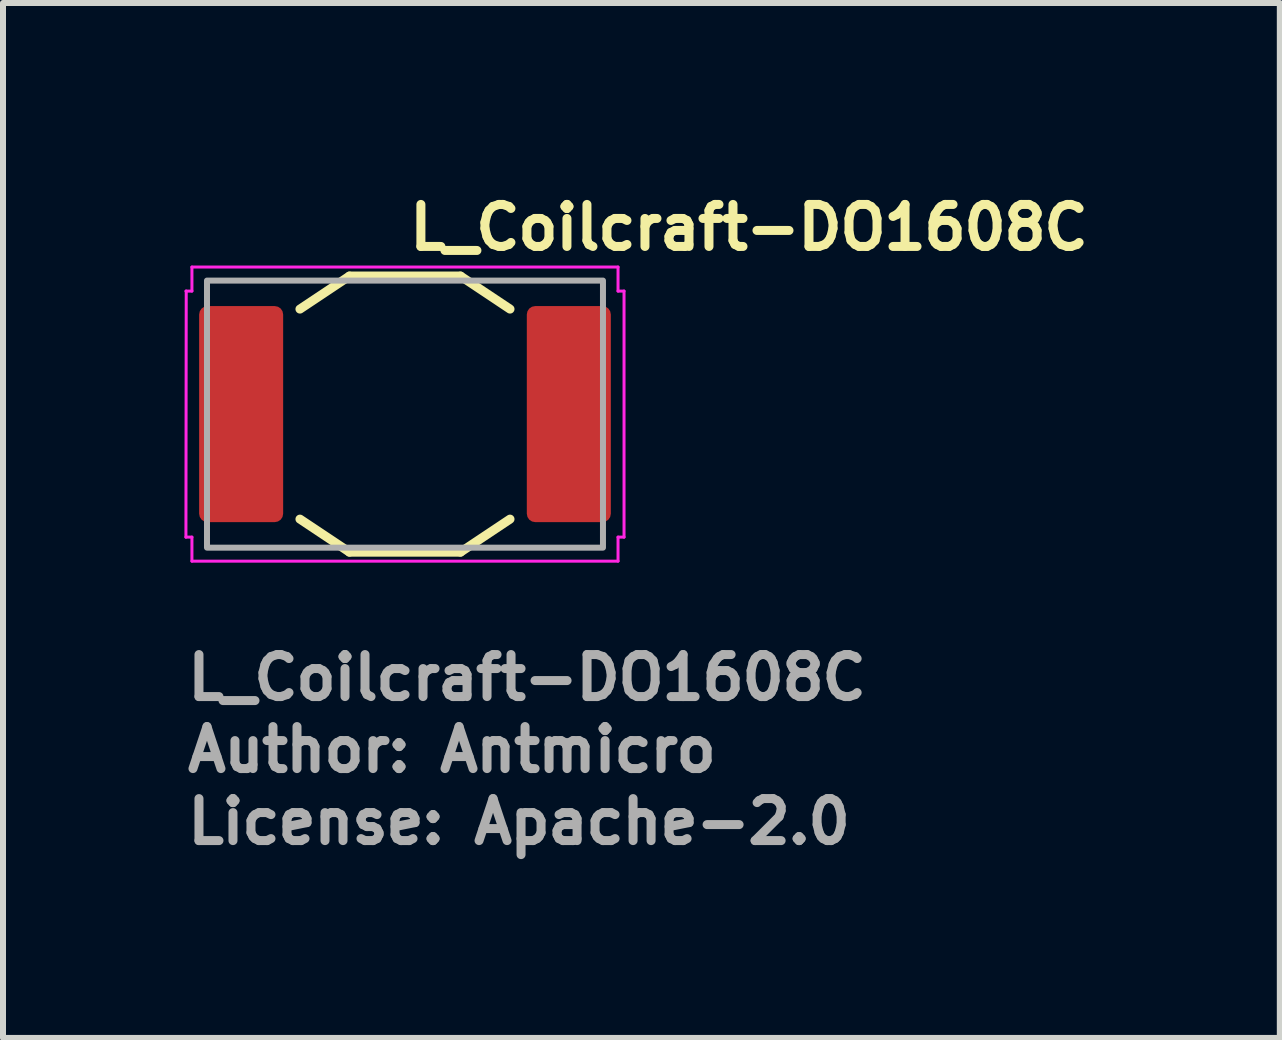
<source format=kicad_pcb>
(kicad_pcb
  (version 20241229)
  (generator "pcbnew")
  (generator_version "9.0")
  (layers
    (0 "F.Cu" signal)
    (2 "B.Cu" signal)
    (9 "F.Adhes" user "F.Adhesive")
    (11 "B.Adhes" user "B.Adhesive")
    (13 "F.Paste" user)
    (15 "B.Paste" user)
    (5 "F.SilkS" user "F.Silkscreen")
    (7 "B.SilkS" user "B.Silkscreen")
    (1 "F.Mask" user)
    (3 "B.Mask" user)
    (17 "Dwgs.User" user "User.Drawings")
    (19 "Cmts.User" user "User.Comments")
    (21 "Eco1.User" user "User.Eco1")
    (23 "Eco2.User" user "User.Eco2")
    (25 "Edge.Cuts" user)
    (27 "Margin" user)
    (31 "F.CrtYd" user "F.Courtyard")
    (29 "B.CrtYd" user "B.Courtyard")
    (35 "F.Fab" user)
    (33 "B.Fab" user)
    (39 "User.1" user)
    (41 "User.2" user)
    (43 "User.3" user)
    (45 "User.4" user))
  (footprint "L_Coilcraft-DO1608C"
    (layer "F.Cu")
    (at 3.698 3.85)
    (property "Reference" "L_Coilcraft-DO1608C" (at 0 -2.7 0) (layer "F.SilkS") (effects (font (size 0.7 0.7) (thickness 0.15)) (justify left bottom)))
    (attr smd)
    (fp_line (start -1.75 -1.75) (end -0.925 -2.3) (stroke (width 0.15) (type solid)) (layer "F.SilkS"))
    (fp_line (start -1.75 1.75) (end -0.925 2.3) (stroke (width 0.15) (type solid)) (layer "F.SilkS"))
    (fp_line (start -0.925 -2.3) (end 0.925 -2.3) (stroke (width 0.15) (type solid)) (layer "F.SilkS"))
    (fp_line (start 0.925 2.3) (end -0.925 2.3) (stroke (width 0.15) (type solid)) (layer "F.SilkS"))
    (fp_line (start 1.75 -1.75) (end 0.925 -2.3) (stroke (width 0.15) (type solid)) (layer "F.SilkS"))
    (fp_line (start 1.75 1.75) (end 0.925 2.3) (stroke (width 0.15) (type solid)) (layer "F.SilkS"))
    (fp_line (start -3.65 2.05) (end -3.55 2.05) (stroke (width 0.05) (type solid)) (layer "F.CrtYd"))
    (fp_line (start -3.645 -2.05) (end -3.65 2.05) (stroke (width 0.05) (type solid)) (layer "F.CrtYd"))
    (fp_line (start -3.55 -2.45) (end -3.55 -2.05) (stroke (width 0.05) (type solid)) (layer "F.CrtYd"))
    (fp_line (start -3.55 -2.45) (end 3.55 -2.45) (stroke (width 0.05) (type solid)) (layer "F.CrtYd"))
    (fp_line (start -3.55 -2.05) (end -3.65 -2.05) (stroke (width 0.05) (type solid)) (layer "F.CrtYd"))
    (fp_line (start -3.55 2.45) (end -3.55 2.05) (stroke (width 0.05) (type solid)) (layer "F.CrtYd"))
    (fp_line (start 3.55 -2.45) (end 3.55 -2.05) (stroke (width 0.05) (type solid)) (layer "F.CrtYd"))
    (fp_line (start 3.55 2.05) (end 3.65 2.05) (stroke (width 0.05) (type solid)) (layer "F.CrtYd"))
    (fp_line (start 3.55 2.45) (end -3.55 2.45) (stroke (width 0.05) (type solid)) (layer "F.CrtYd"))
    (fp_line (start 3.55 2.45) (end 3.55 2.05) (stroke (width 0.05) (type solid)) (layer "F.CrtYd"))
    (fp_line (start 3.65 -2.05) (end 3.55 -2.05) (stroke (width 0.05) (type solid)) (layer "F.CrtYd"))
    (fp_line (start 3.65 2.05) (end 3.65 -2.05) (stroke (width 0.05) (type solid)) (layer "F.CrtYd"))
    (fp_rect (start -3.299 -2.225) (end 3.299 2.225) (stroke (width 0.1) (type solid)) (fill no) (layer "F.Fab"))
    (fp_rect (start -3.299 -2.225) (end 3.299 2.225) (stroke (width 0.1) (type solid)) (fill no) (layer "User.5"))
    (fp_line (start -3.299 -0.64) (end -2.279 -1.312) (stroke (width 0.02) (type solid)) (layer "User.9"))
    (fp_line (start -3.299 0.64) (end -3.299 -0.64) (stroke (width 0.02) (type solid)) (layer "User.9"))
    (fp_line (start -2.279 -1.307) (end -0.89 -2.225) (stroke (width 0.02) (type solid)) (layer "User.9"))
    (fp_line (start -2.279 1.312) (end -3.299 0.64) (stroke (width 0.02) (type solid)) (layer "User.9"))
    (fp_line (start -2.279 1.312) (end -2.279 -1.312) (stroke (width 0.02) (type solid)) (layer "User.9"))
    (fp_line (start -1.97 0) (end -1.965 0.131) (stroke (width 0.02) (type solid)) (layer "User.9"))
    (fp_line (start -1.969 -0.061) (end -1.97 0) (stroke (width 0.02) (type solid)) (layer "User.9"))
    (fp_line (start -1.966 -0.123) (end -1.969 -0.061) (stroke (width 0.02) (type solid)) (layer "User.9"))
    (fp_line (start -1.965 -0.131) (end -1.968 -0.065) (stroke (width 0.02) (type solid)) (layer "User.9"))
    (fp_line (start -1.965 0.131) (end -1.952 0.26) (stroke (width 0.02) (type solid)) (layer "User.9"))
    (fp_line (start -1.961 -0.184) (end -1.966 -0.123) (stroke (width 0.02) (type solid)) (layer "User.9"))
    (fp_line (start -1.96 -0.196) (end -1.965 -0.131) (stroke (width 0.02) (type solid)) (layer "User.9"))
    (fp_line (start -1.954 -0.246) (end -1.961 -0.184) (stroke (width 0.02) (type solid)) (layer "User.9"))
    (fp_line (start -1.952 -0.26) (end -1.96 -0.196) (stroke (width 0.02) (type solid)) (layer "User.9"))
    (fp_line (start -1.952 0.26) (end -1.931 0.388) (stroke (width 0.02) (type solid)) (layer "User.9"))
    (fp_line (start -1.945 -0.306) (end -1.954 -0.246) (stroke (width 0.02) (type solid)) (layer "User.9"))
    (fp_line (start -1.943 -0.325) (end -1.952 -0.26) (stroke (width 0.02) (type solid)) (layer "User.9"))
    (fp_line (start -1.935 -0.367) (end -1.945 -0.306) (stroke (width 0.02) (type solid)) (layer "User.9"))
    (fp_line (start -1.931 -0.388) (end -1.943 -0.325) (stroke (width 0.02) (type solid)) (layer "User.9"))
    (fp_line (start -1.931 0.388) (end -1.901 0.514) (stroke (width 0.02) (type solid)) (layer "User.9"))
    (fp_line (start -1.923 -0.427) (end -1.935 -0.367) (stroke (width 0.02) (type solid)) (layer "User.9"))
    (fp_line (start -1.917 -0.451) (end -1.931 -0.388) (stroke (width 0.02) (type solid)) (layer "User.9"))
    (fp_line (start -1.908 -0.487) (end -1.923 -0.427) (stroke (width 0.02) (type solid)) (layer "User.9"))
    (fp_line (start -1.901 -0.514) (end -1.917 -0.451) (stroke (width 0.02) (type solid)) (layer "User.9"))
    (fp_line (start -1.901 0.514) (end -1.864 0.636) (stroke (width 0.02) (type solid)) (layer "User.9"))
    (fp_line (start -1.892 -0.546) (end -1.908 -0.487) (stroke (width 0.02) (type solid)) (layer "User.9"))
    (fp_line (start -1.884 -0.575) (end -1.901 -0.514) (stroke (width 0.02) (type solid)) (layer "User.9"))
    (fp_line (start -1.874 -0.605) (end -1.892 -0.546) (stroke (width 0.02) (type solid)) (layer "User.9"))
    (fp_line (start -1.864 -0.636) (end -1.884 -0.575) (stroke (width 0.02) (type solid)) (layer "User.9"))
    (fp_line (start -1.864 0.636) (end -1.819 0.756) (stroke (width 0.02) (type solid)) (layer "User.9"))
    (fp_line (start -1.854 -0.663) (end -1.874 -0.605) (stroke (width 0.02) (type solid)) (layer "User.9"))
    (fp_line (start -1.842 -0.696) (end -1.864 -0.636) (stroke (width 0.02) (type solid)) (layer "User.9"))
    (fp_line (start -1.833 -0.721) (end -1.854 -0.663) (stroke (width 0.02) (type solid)) (layer "User.9"))
    (fp_line (start -1.819 -0.756) (end -1.842 -0.696) (stroke (width 0.02) (type solid)) (layer "User.9"))
    (fp_line (start -1.819 0.756) (end -1.766 0.872) (stroke (width 0.02) (type solid)) (layer "User.9"))
    (fp_line (start -1.809 -0.778) (end -1.833 -0.721) (stroke (width 0.02) (type solid)) (layer "User.9"))
    (fp_line (start -1.793 -0.814) (end -1.819 -0.756) (stroke (width 0.02) (type solid)) (layer "User.9"))
    (fp_line (start -1.784 -0.834) (end -1.809 -0.778) (stroke (width 0.02) (type solid)) (layer "User.9"))
    (fp_line (start -1.766 -0.872) (end -1.793 -0.814) (stroke (width 0.02) (type solid)) (layer "User.9"))
    (fp_line (start -1.766 0.872) (end -1.706 0.985) (stroke (width 0.02) (type solid)) (layer "User.9"))
    (fp_line (start -1.757 -0.889) (end -1.784 -0.834) (stroke (width 0.02) (type solid)) (layer "User.9"))
    (fp_line (start -1.737 -0.929) (end -1.766 -0.872) (stroke (width 0.02) (type solid)) (layer "User.9"))
    (fp_line (start -1.728 -0.944) (end -1.757 -0.889) (stroke (width 0.02) (type solid)) (layer "User.9"))
    (fp_line (start -1.706 -0.985) (end -1.737 -0.929) (stroke (width 0.02) (type solid)) (layer "User.9"))
    (fp_line (start -1.706 0.985) (end -1.638 1.093) (stroke (width 0.02) (type solid)) (layer "User.9"))
    (fp_line (start -1.679 -1.029) (end -1.728 -0.944) (stroke (width 0.02) (type solid)) (layer "User.9"))
    (fp_line (start -1.673 -1.039) (end -1.706 -0.985) (stroke (width 0.02) (type solid)) (layer "User.9"))
    (fp_line (start -1.638 -1.093) (end -1.673 -1.039) (stroke (width 0.02) (type solid)) (layer "User.9"))
    (fp_line (start -1.638 1.093) (end -1.564 1.197) (stroke (width 0.02) (type solid)) (layer "User.9"))
    (fp_line (start -1.627 -1.11) (end -1.679 -1.029) (stroke (width 0.02) (type solid)) (layer "User.9"))
    (fp_line (start -1.602 -1.145) (end -1.638 -1.093) (stroke (width 0.02) (type solid)) (layer "User.9"))
    (fp_line (start -1.57 -1.189) (end -1.627 -1.11) (stroke (width 0.02) (type solid)) (layer "User.9"))
    (fp_line (start -1.564 -1.197) (end -1.602 -1.145) (stroke (width 0.02) (type solid)) (layer "User.9"))
    (fp_line (start -1.564 1.197) (end -1.483 1.296) (stroke (width 0.02) (type solid)) (layer "User.9"))
    (fp_line (start -1.524 -1.247) (end -1.564 -1.197) (stroke (width 0.02) (type solid)) (layer "User.9"))
    (fp_line (start -1.51 -1.265) (end -1.57 -1.189) (stroke (width 0.02) (type solid)) (layer "User.9"))
    (fp_line (start -1.483 -1.296) (end -1.524 -1.247) (stroke (width 0.02) (type solid)) (layer "User.9"))
    (fp_line (start -1.483 1.296) (end -1.396 1.39) (stroke (width 0.02) (type solid)) (layer "User.9"))
    (fp_line (start -1.446 -1.337) (end -1.51 -1.265) (stroke (width 0.02) (type solid)) (layer "User.9"))
    (fp_line (start -1.44 -1.343) (end -1.483 -1.296) (stroke (width 0.02) (type solid)) (layer "User.9"))
    (fp_line (start -1.396 -1.39) (end -1.44 -1.343) (stroke (width 0.02) (type solid)) (layer "User.9"))
    (fp_line (start -1.396 1.39) (end -1.302 1.478) (stroke (width 0.02) (type solid)) (layer "User.9"))
    (fp_line (start -1.379 -1.406) (end -1.446 -1.337) (stroke (width 0.02) (type solid)) (layer "User.9"))
    (fp_line (start -1.349 -1.434) (end -1.396 -1.39) (stroke (width 0.02) (type solid)) (layer "User.9"))
    (fp_line (start -1.309 -1.472) (end -1.379 -1.406) (stroke (width 0.02) (type solid)) (layer "User.9"))
    (fp_line (start -1.302 -1.478) (end -1.349 -1.434) (stroke (width 0.02) (type solid)) (layer "User.9"))
    (fp_line (start -1.302 1.478) (end -1.202 1.56) (stroke (width 0.02) (type solid)) (layer "User.9"))
    (fp_line (start -1.253 -1.52) (end -1.302 -1.478) (stroke (width 0.02) (type solid)) (layer "User.9"))
    (fp_line (start -1.235 -1.534) (end -1.309 -1.472) (stroke (width 0.02) (type solid)) (layer "User.9"))
    (fp_line (start -1.202 -1.56) (end -1.253 -1.52) (stroke (width 0.02) (type solid)) (layer "User.9"))
    (fp_line (start -1.202 1.56) (end -1.096 1.636) (stroke (width 0.02) (type solid)) (layer "User.9"))
    (fp_line (start -1.159 -1.592) (end -1.235 -1.534) (stroke (width 0.02) (type solid)) (layer "User.9"))
    (fp_line (start -1.15 -1.599) (end -1.202 -1.56) (stroke (width 0.02) (type solid)) (layer "User.9"))
    (fp_line (start -1.096 -1.636) (end -1.15 -1.599) (stroke (width 0.02) (type solid)) (layer "User.9"))
    (fp_line (start -1.096 1.636) (end -0.985 1.706) (stroke (width 0.02) (type solid)) (layer "User.9"))
    (fp_line (start -1.08 -1.647) (end -1.159 -1.592) (stroke (width 0.02) (type solid)) (layer "User.9"))
    (fp_line (start -1.041 -1.672) (end -1.096 -1.636) (stroke (width 0.02) (type solid)) (layer "User.9"))
    (fp_line (start -0.998 -1.698) (end -1.08 -1.647) (stroke (width 0.02) (type solid)) (layer "User.9"))
    (fp_line (start -0.985 -1.706) (end -1.041 -1.672) (stroke (width 0.02) (type solid)) (layer "User.9"))
    (fp_line (start -0.985 1.706) (end -0.869 1.767) (stroke (width 0.02) (type solid)) (layer "User.9"))
    (fp_line (start -0.944 1.728) (end -0.857 1.773) (stroke (width 0.02) (type solid)) (layer "User.9"))
    (fp_line (start -0.914 -1.744) (end -0.998 -1.698) (stroke (width 0.02) (type solid)) (layer "User.9"))
    (fp_line (start -0.89 -2.225) (end 0.89 -2.225) (stroke (width 0.02) (type solid)) (layer "User.9"))
    (fp_line (start -0.89 2.225) (end -2.279 1.307) (stroke (width 0.02) (type solid)) (layer "User.9"))
    (fp_line (start -0.869 -1.767) (end -0.985 -1.706) (stroke (width 0.02) (type solid)) (layer "User.9"))
    (fp_line (start -0.869 1.767) (end -0.75 1.821) (stroke (width 0.02) (type solid)) (layer "User.9"))
    (fp_line (start -0.857 1.773) (end -0.768 1.813) (stroke (width 0.02) (type solid)) (layer "User.9"))
    (fp_line (start -0.827 -1.787) (end -0.914 -1.744) (stroke (width 0.02) (type solid)) (layer "User.9"))
    (fp_line (start -0.768 1.813) (end -0.678 1.849) (stroke (width 0.02) (type solid)) (layer "User.9"))
    (fp_line (start -0.75 -1.821) (end -0.869 -1.767) (stroke (width 0.02) (type solid)) (layer "User.9"))
    (fp_line (start -0.75 1.821) (end -0.629 1.866) (stroke (width 0.02) (type solid)) (layer "User.9"))
    (fp_line (start -0.738 -1.826) (end -0.827 -1.787) (stroke (width 0.02) (type solid)) (layer "User.9"))
    (fp_line (start -0.678 1.849) (end -0.587 1.88) (stroke (width 0.02) (type solid)) (layer "User.9"))
    (fp_line (start -0.647 -1.86) (end -0.738 -1.826) (stroke (width 0.02) (type solid)) (layer "User.9"))
    (fp_line (start -0.629 -1.866) (end -0.75 -1.821) (stroke (width 0.02) (type solid)) (layer "User.9"))
    (fp_line (start -0.629 1.866) (end -0.505 1.904) (stroke (width 0.02) (type solid)) (layer "User.9"))
    (fp_line (start -0.587 1.88) (end -0.494 1.906) (stroke (width 0.02) (type solid)) (layer "User.9"))
    (fp_line (start -0.554 -1.89) (end -0.647 -1.86) (stroke (width 0.02) (type solid)) (layer "User.9"))
    (fp_line (start -0.505 -1.904) (end -0.629 -1.866) (stroke (width 0.02) (type solid)) (layer "User.9"))
    (fp_line (start -0.505 1.904) (end -0.38 1.932) (stroke (width 0.02) (type solid)) (layer "User.9"))
    (fp_line (start -0.494 1.906) (end -0.4 1.928) (stroke (width 0.02) (type solid)) (layer "User.9"))
    (fp_line (start -0.46 -1.915) (end -0.554 -1.89) (stroke (width 0.02) (type solid)) (layer "User.9"))
    (fp_line (start -0.4 1.928) (end -0.306 1.946) (stroke (width 0.02) (type solid)) (layer "User.9"))
    (fp_line (start -0.38 -1.932) (end -0.505 -1.904) (stroke (width 0.02) (type solid)) (layer "User.9"))
    (fp_line (start -0.38 1.932) (end -0.254 1.953) (stroke (width 0.02) (type solid)) (layer "User.9"))
    (fp_line (start -0.365 -1.935) (end -0.46 -1.915) (stroke (width 0.02) (type solid)) (layer "User.9"))
    (fp_line (start -0.306 1.946) (end -0.21 1.958) (stroke (width 0.02) (type solid)) (layer "User.9"))
    (fp_line (start -0.269 -1.951) (end -0.365 -1.935) (stroke (width 0.02) (type solid)) (layer "User.9"))
    (fp_line (start -0.254 -1.953) (end -0.38 -1.932) (stroke (width 0.02) (type solid)) (layer "User.9"))
    (fp_line (start -0.254 1.953) (end -0.127 1.965) (stroke (width 0.02) (type solid)) (layer "User.9"))
    (fp_line (start -0.21 1.958) (end -0.115 1.966) (stroke (width 0.02) (type solid)) (layer "User.9"))
    (fp_line (start -0.173 -1.962) (end -0.269 -1.951) (stroke (width 0.02) (type solid)) (layer "User.9"))
    (fp_line (start -0.127 -1.965) (end -0.254 -1.953) (stroke (width 0.02) (type solid)) (layer "User.9"))
    (fp_line (start -0.127 1.965) (end 0 1.97) (stroke (width 0.02) (type solid)) (layer "User.9"))
    (fp_line (start -0.115 1.966) (end -0.019 1.969) (stroke (width 0.02) (type solid)) (layer "User.9"))
    (fp_line (start -0.077 -1.968) (end -0.173 -1.962) (stroke (width 0.02) (type solid)) (layer "User.9"))
    (fp_line (start -0.019 1.969) (end 0.077 1.968) (stroke (width 0.02) (type solid)) (layer "User.9"))
    (fp_line (start 0 -1.97) (end -0.127 -1.965) (stroke (width 0.02) (type solid)) (layer "User.9"))
    (fp_line (start 0 1.97) (end 0.127 1.965) (stroke (width 0.02) (type solid)) (layer "User.9"))
    (fp_line (start 0.019 -1.969) (end -0.077 -1.968) (stroke (width 0.02) (type solid)) (layer "User.9"))
    (fp_line (start 0.077 1.968) (end 0.173 1.962) (stroke (width 0.02) (type solid)) (layer "User.9"))
    (fp_line (start 0.115 -1.966) (end 0.019 -1.969) (stroke (width 0.02) (type solid)) (layer "User.9"))
    (fp_line (start 0.127 -1.965) (end 0 -1.97) (stroke (width 0.02) (type solid)) (layer "User.9"))
    (fp_line (start 0.127 1.965) (end 0.254 1.953) (stroke (width 0.02) (type solid)) (layer "User.9"))
    (fp_line (start 0.173 1.962) (end 0.269 1.951) (stroke (width 0.02) (type solid)) (layer "User.9"))
    (fp_line (start 0.21 -1.958) (end 0.115 -1.966) (stroke (width 0.02) (type solid)) (layer "User.9"))
    (fp_line (start 0.254 -1.953) (end 0.127 -1.965) (stroke (width 0.02) (type solid)) (layer "User.9"))
    (fp_line (start 0.254 1.953) (end 0.38 1.932) (stroke (width 0.02) (type solid)) (layer "User.9"))
    (fp_line (start 0.269 1.951) (end 0.365 1.935) (stroke (width 0.02) (type solid)) (layer "User.9"))
    (fp_line (start 0.306 -1.946) (end 0.21 -1.958) (stroke (width 0.02) (type solid)) (layer "User.9"))
    (fp_line (start 0.365 1.935) (end 0.46 1.915) (stroke (width 0.02) (type solid)) (layer "User.9"))
    (fp_line (start 0.38 -1.932) (end 0.254 -1.953) (stroke (width 0.02) (type solid)) (layer "User.9"))
    (fp_line (start 0.38 1.932) (end 0.505 1.904) (stroke (width 0.02) (type solid)) (layer "User.9"))
    (fp_line (start 0.4 -1.928) (end 0.306 -1.946) (stroke (width 0.02) (type solid)) (layer "User.9"))
    (fp_line (start 0.46 1.915) (end 0.554 1.89) (stroke (width 0.02) (type solid)) (layer "User.9"))
    (fp_line (start 0.494 -1.906) (end 0.4 -1.928) (stroke (width 0.02) (type solid)) (layer "User.9"))
    (fp_line (start 0.505 -1.904) (end 0.38 -1.932) (stroke (width 0.02) (type solid)) (layer "User.9"))
    (fp_line (start 0.505 1.904) (end 0.629 1.866) (stroke (width 0.02) (type solid)) (layer "User.9"))
    (fp_line (start 0.554 1.89) (end 0.647 1.86) (stroke (width 0.02) (type solid)) (layer "User.9"))
    (fp_line (start 0.587 -1.88) (end 0.494 -1.906) (stroke (width 0.02) (type solid)) (layer "User.9"))
    (fp_line (start 0.629 -1.866) (end 0.505 -1.904) (stroke (width 0.02) (type solid)) (layer "User.9"))
    (fp_line (start 0.629 1.866) (end 0.75 1.821) (stroke (width 0.02) (type solid)) (layer "User.9"))
    (fp_line (start 0.647 1.86) (end 0.738 1.826) (stroke (width 0.02) (type solid)) (layer "User.9"))
    (fp_line (start 0.678 -1.849) (end 0.587 -1.88) (stroke (width 0.02) (type solid)) (layer "User.9"))
    (fp_line (start 0.738 1.826) (end 0.827 1.787) (stroke (width 0.02) (type solid)) (layer "User.9"))
    (fp_line (start 0.75 -1.821) (end 0.629 -1.866) (stroke (width 0.02) (type solid)) (layer "User.9"))
    (fp_line (start 0.75 1.821) (end 0.869 1.767) (stroke (width 0.02) (type solid)) (layer "User.9"))
    (fp_line (start 0.768 -1.813) (end 0.678 -1.849) (stroke (width 0.02) (type solid)) (layer "User.9"))
    (fp_line (start 0.827 1.787) (end 0.914 1.744) (stroke (width 0.02) (type solid)) (layer "User.9"))
    (fp_line (start 0.857 -1.773) (end 0.768 -1.813) (stroke (width 0.02) (type solid)) (layer "User.9"))
    (fp_line (start 0.869 -1.767) (end 0.75 -1.821) (stroke (width 0.02) (type solid)) (layer "User.9"))
    (fp_line (start 0.869 1.767) (end 0.985 1.706) (stroke (width 0.02) (type solid)) (layer "User.9"))
    (fp_line (start 0.89 -2.225) (end 2.279 -1.307) (stroke (width 0.02) (type solid)) (layer "User.9"))
    (fp_line (start 0.89 2.225) (end -0.89 2.225) (stroke (width 0.02) (type solid)) (layer "User.9"))
    (fp_line (start 0.914 1.744) (end 0.998 1.698) (stroke (width 0.02) (type solid)) (layer "User.9"))
    (fp_line (start 0.944 -1.728) (end 0.857 -1.773) (stroke (width 0.02) (type solid)) (layer "User.9"))
    (fp_line (start 0.985 -1.706) (end 0.869 -1.767) (stroke (width 0.02) (type solid)) (layer "User.9"))
    (fp_line (start 0.985 1.706) (end 1.041 1.672) (stroke (width 0.02) (type solid)) (layer "User.9"))
    (fp_line (start 0.998 1.698) (end 1.08 1.647) (stroke (width 0.02) (type solid)) (layer "User.9"))
    (fp_line (start 1.041 1.672) (end 1.096 1.636) (stroke (width 0.02) (type solid)) (layer "User.9"))
    (fp_line (start 1.08 1.647) (end 1.159 1.592) (stroke (width 0.02) (type solid)) (layer "User.9"))
    (fp_line (start 1.096 -1.636) (end 0.985 -1.706) (stroke (width 0.02) (type solid)) (layer "User.9"))
    (fp_line (start 1.096 1.636) (end 1.15 1.599) (stroke (width 0.02) (type solid)) (layer "User.9"))
    (fp_line (start 1.15 1.599) (end 1.202 1.56) (stroke (width 0.02) (type solid)) (layer "User.9"))
    (fp_line (start 1.159 1.592) (end 1.235 1.534) (stroke (width 0.02) (type solid)) (layer "User.9"))
    (fp_line (start 1.202 -1.56) (end 1.096 -1.636) (stroke (width 0.02) (type solid)) (layer "User.9"))
    (fp_line (start 1.202 1.56) (end 1.253 1.52) (stroke (width 0.02) (type solid)) (layer "User.9"))
    (fp_line (start 1.235 1.534) (end 1.309 1.472) (stroke (width 0.02) (type solid)) (layer "User.9"))
    (fp_line (start 1.253 1.52) (end 1.302 1.478) (stroke (width 0.02) (type solid)) (layer "User.9"))
    (fp_line (start 1.302 -1.478) (end 1.202 -1.56) (stroke (width 0.02) (type solid)) (layer "User.9"))
    (fp_line (start 1.302 1.478) (end 1.349 1.434) (stroke (width 0.02) (type solid)) (layer "User.9"))
    (fp_line (start 1.309 1.472) (end 1.379 1.406) (stroke (width 0.02) (type solid)) (layer "User.9"))
    (fp_line (start 1.349 1.434) (end 1.396 1.39) (stroke (width 0.02) (type solid)) (layer "User.9"))
    (fp_line (start 1.379 1.406) (end 1.446 1.337) (stroke (width 0.02) (type solid)) (layer "User.9"))
    (fp_line (start 1.396 -1.39) (end 1.302 -1.478) (stroke (width 0.02) (type solid)) (layer "User.9"))
    (fp_line (start 1.396 1.39) (end 1.44 1.343) (stroke (width 0.02) (type solid)) (layer "User.9"))
    (fp_line (start 1.44 1.343) (end 1.483 1.296) (stroke (width 0.02) (type solid)) (layer "User.9"))
    (fp_line (start 1.446 1.337) (end 1.51 1.265) (stroke (width 0.02) (type solid)) (layer "User.9"))
    (fp_line (start 1.483 -1.296) (end 1.396 -1.39) (stroke (width 0.02) (type solid)) (layer "User.9"))
    (fp_line (start 1.483 1.296) (end 1.524 1.247) (stroke (width 0.02) (type solid)) (layer "User.9"))
    (fp_line (start 1.51 1.265) (end 1.57 1.189) (stroke (width 0.02) (type solid)) (layer "User.9"))
    (fp_line (start 1.524 1.247) (end 1.564 1.197) (stroke (width 0.02) (type solid)) (layer "User.9"))
    (fp_line (start 1.564 -1.197) (end 1.483 -1.296) (stroke (width 0.02) (type solid)) (layer "User.9"))
    (fp_line (start 1.564 1.197) (end 1.602 1.145) (stroke (width 0.02) (type solid)) (layer "User.9"))
    (fp_line (start 1.57 1.189) (end 1.627 1.11) (stroke (width 0.02) (type solid)) (layer "User.9"))
    (fp_line (start 1.602 1.145) (end 1.638 1.093) (stroke (width 0.02) (type solid)) (layer "User.9"))
    (fp_line (start 1.627 1.11) (end 1.679 1.029) (stroke (width 0.02) (type solid)) (layer "User.9"))
    (fp_line (start 1.638 -1.093) (end 1.564 -1.197) (stroke (width 0.02) (type solid)) (layer "User.9"))
    (fp_line (start 1.638 1.093) (end 1.673 1.039) (stroke (width 0.02) (type solid)) (layer "User.9"))
    (fp_line (start 1.673 1.039) (end 1.706 0.985) (stroke (width 0.02) (type solid)) (layer "User.9"))
    (fp_line (start 1.679 1.029) (end 1.728 0.944) (stroke (width 0.02) (type solid)) (layer "User.9"))
    (fp_line (start 1.706 -0.985) (end 1.638 -1.093) (stroke (width 0.02) (type solid)) (layer "User.9"))
    (fp_line (start 1.706 0.985) (end 1.737 0.929) (stroke (width 0.02) (type solid)) (layer "User.9"))
    (fp_line (start 1.728 0.944) (end 1.757 0.889) (stroke (width 0.02) (type solid)) (layer "User.9"))
    (fp_line (start 1.737 0.929) (end 1.766 0.872) (stroke (width 0.02) (type solid)) (layer "User.9"))
    (fp_line (start 1.757 0.889) (end 1.784 0.834) (stroke (width 0.02) (type solid)) (layer "User.9"))
    (fp_line (start 1.766 -0.872) (end 1.706 -0.985) (stroke (width 0.02) (type solid)) (layer "User.9"))
    (fp_line (start 1.766 0.872) (end 1.793 0.814) (stroke (width 0.02) (type solid)) (layer "User.9"))
    (fp_line (start 1.784 0.834) (end 1.809 0.778) (stroke (width 0.02) (type solid)) (layer "User.9"))
    (fp_line (start 1.793 0.814) (end 1.819 0.756) (stroke (width 0.02) (type solid)) (layer "User.9"))
    (fp_line (start 1.809 0.778) (end 1.833 0.721) (stroke (width 0.02) (type solid)) (layer "User.9"))
    (fp_line (start 1.819 -0.756) (end 1.766 -0.872) (stroke (width 0.02) (type solid)) (layer "User.9"))
    (fp_line (start 1.819 0.756) (end 1.842 0.696) (stroke (width 0.02) (type solid)) (layer "User.9"))
    (fp_line (start 1.833 0.721) (end 1.854 0.663) (stroke (width 0.02) (type solid)) (layer "User.9"))
    (fp_line (start 1.842 0.696) (end 1.864 0.636) (stroke (width 0.02) (type solid)) (layer "User.9"))
    (fp_line (start 1.854 0.663) (end 1.874 0.605) (stroke (width 0.02) (type solid)) (layer "User.9"))
    (fp_line (start 1.864 -0.636) (end 1.819 -0.756) (stroke (width 0.02) (type solid)) (layer "User.9"))
    (fp_line (start 1.864 0.636) (end 1.884 0.575) (stroke (width 0.02) (type solid)) (layer "User.9"))
    (fp_line (start 1.874 0.605) (end 1.892 0.546) (stroke (width 0.02) (type solid)) (layer "User.9"))
    (fp_line (start 1.884 0.575) (end 1.901 0.514) (stroke (width 0.02) (type solid)) (layer "User.9"))
    (fp_line (start 1.892 0.546) (end 1.908 0.487) (stroke (width 0.02) (type solid)) (layer "User.9"))
    (fp_line (start 1.901 -0.514) (end 1.864 -0.636) (stroke (width 0.02) (type solid)) (layer "User.9"))
    (fp_line (start 1.901 0.514) (end 1.917 0.451) (stroke (width 0.02) (type solid)) (layer "User.9"))
    (fp_line (start 1.908 0.487) (end 1.923 0.427) (stroke (width 0.02) (type solid)) (layer "User.9"))
    (fp_line (start 1.917 0.451) (end 1.931 0.388) (stroke (width 0.02) (type solid)) (layer "User.9"))
    (fp_line (start 1.923 0.427) (end 1.935 0.367) (stroke (width 0.02) (type solid)) (layer "User.9"))
    (fp_line (start 1.931 -0.388) (end 1.901 -0.514) (stroke (width 0.02) (type solid)) (layer "User.9"))
    (fp_line (start 1.931 0.388) (end 1.943 0.325) (stroke (width 0.02) (type solid)) (layer "User.9"))
    (fp_line (start 1.935 0.367) (end 1.945 0.306) (stroke (width 0.02) (type solid)) (layer "User.9"))
    (fp_line (start 1.943 0.325) (end 1.952 0.26) (stroke (width 0.02) (type solid)) (layer "User.9"))
    (fp_line (start 1.945 0.306) (end 1.954 0.246) (stroke (width 0.02) (type solid)) (layer "User.9"))
    (fp_line (start 1.952 -0.26) (end 1.931 -0.388) (stroke (width 0.02) (type solid)) (layer "User.9"))
    (fp_line (start 1.952 0.26) (end 1.96 0.196) (stroke (width 0.02) (type solid)) (layer "User.9"))
    (fp_line (start 1.954 0.246) (end 1.961 0.184) (stroke (width 0.02) (type solid)) (layer "User.9"))
    (fp_line (start 1.96 0.196) (end 1.965 0.131) (stroke (width 0.02) (type solid)) (layer "User.9"))
    (fp_line (start 1.961 0.184) (end 1.966 0.123) (stroke (width 0.02) (type solid)) (layer "User.9"))
    (fp_line (start 1.965 -0.131) (end 1.952 -0.26) (stroke (width 0.02) (type solid)) (layer "User.9"))
    (fp_line (start 1.965 0.131) (end 1.968 0.065) (stroke (width 0.02) (type solid)) (layer "User.9"))
    (fp_line (start 1.966 0.123) (end 1.969 0.061) (stroke (width 0.02) (type solid)) (layer "User.9"))
    (fp_line (start 1.968 0.065) (end 1.97 0) (stroke (width 0.02) (type solid)) (layer "User.9"))
    (fp_line (start 1.97 0) (end 1.965 -0.131) (stroke (width 0.02) (type solid)) (layer "User.9"))
    (fp_line (start 2.279 -1.312) (end 2.279 1.312) (stroke (width 0.02) (type solid)) (layer "User.9"))
    (fp_line (start 2.279 1.307) (end 0.89 2.225) (stroke (width 0.02) (type solid)) (layer "User.9"))
    (fp_line (start 3.299 -0.64) (end 2.279 -1.312) (stroke (width 0.02) (type solid)) (layer "User.9"))
    (fp_line (start 3.299 -0.64) (end 3.299 0.64) (stroke (width 0.02) (type solid)) (layer "User.9"))
    (fp_line (start 3.299 0.64) (end 2.279 1.312) (stroke (width 0.02) (type solid)) (layer "User.9"))
    (fp_text user "${REFERENCE}" (at -3.698 4.8 0) (layer "F.Fab") (effects (font (size 0.7 0.7) (thickness 0.15)) (justify left bottom)))
    (fp_text user "License: Apache-2.0" (at -3.698 7.2 0) (layer "F.Fab") (effects (font (size 0.7 0.7) (thickness 0.15)) (justify left bottom)))
    (fp_text user "Author: Antmicro" (at -3.698 6 0) (layer "F.Fab") (effects (font (size 0.7 0.7) (thickness 0.15)) (justify left bottom)))
    (pad "1" smd roundrect (at -2.73 0) (size 1.4 3.6) (layers "F.Cu" "F.Mask" "F.Paste") (roundrect_rratio 0.1))
    (pad "2" smd roundrect (at 2.73 0) (size 1.4 3.6) (layers "F.Cu" "F.Mask" "F.Paste") (roundrect_rratio 0.1)))
  (gr_rect
    (start -3 -3)
    (end 18.275 14.245)
    (stroke (width 0.1) (type default))
    (fill no)
    (layer "Edge.Cuts")))
</source>
